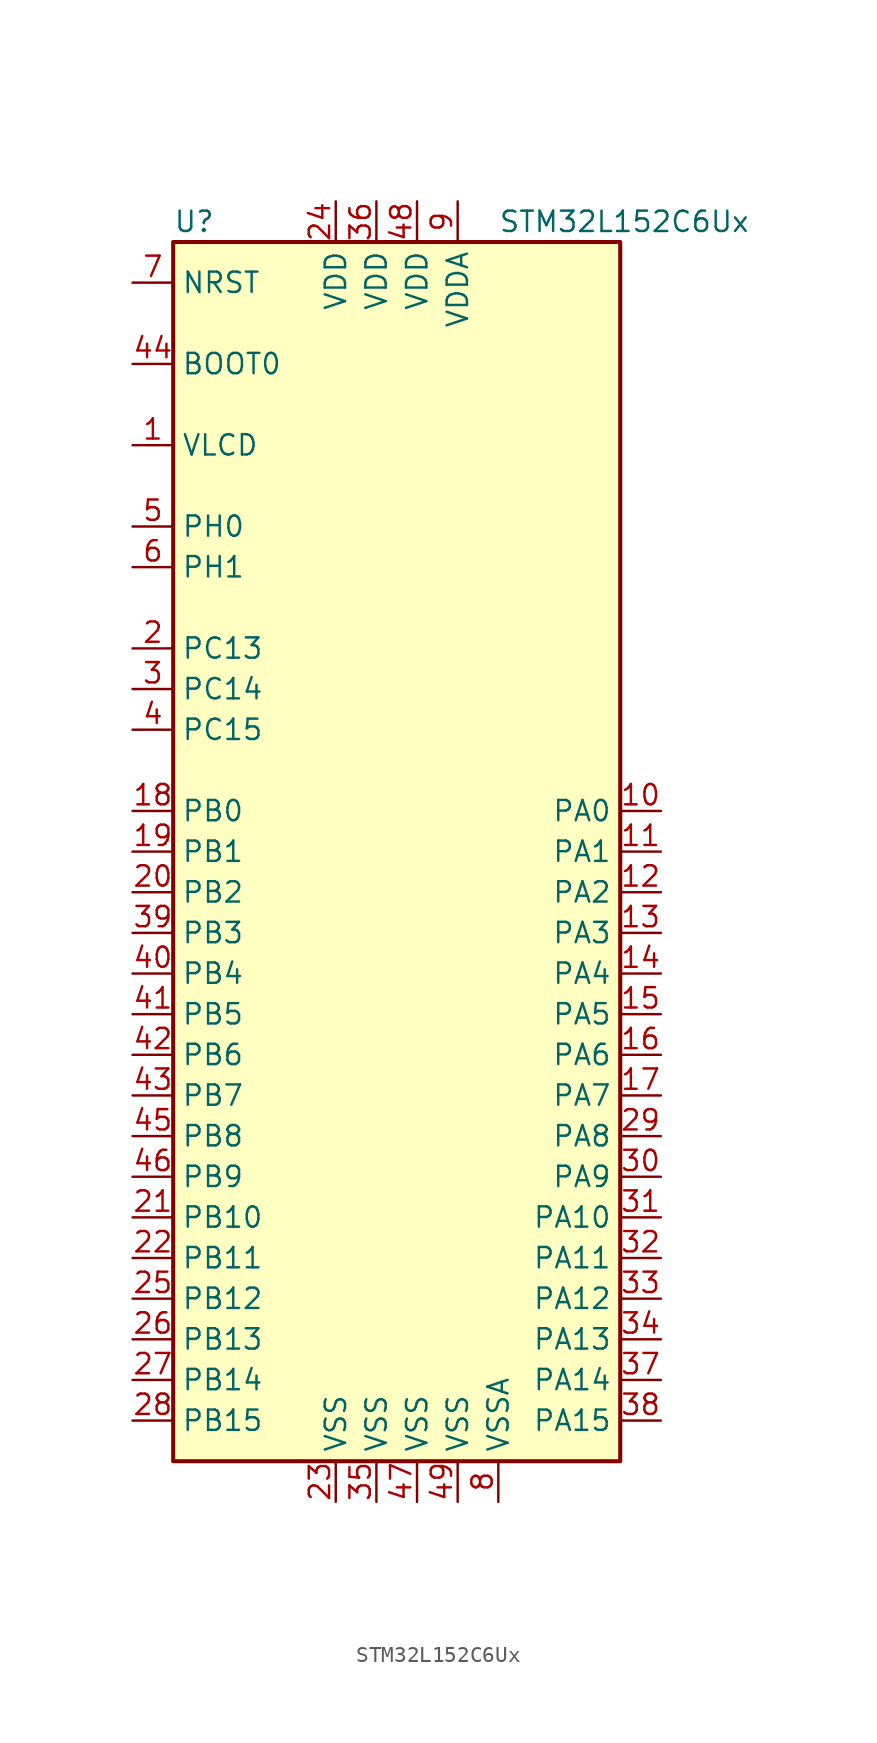
<source format=kicad_sym>
(kicad_symbol_lib
  (version 20201005)
  (generator kicad_symbol_editor)
  (symbol "STM32L152C6Ux"
    (property "Reference" "U"
      (at -15.24 39.37 0)
      (effects (font (size 1.27 1.27)) (justify left)))
    (property "Value" "STM32L152C6Ux"
      (at 5.08 39.37 0)
      (effects (font (size 1.27 1.27)) (justify left)))
    (symbol "STM32L152C6Ux_0_1"
      (rectangle (start -15.24 -38.1) (end 12.7 38.1) (stroke (width 0.254)) (fill (type background))))
    (symbol "STM32L152C6Ux_1_1"
      (pin input line (at -17.78 30.48 0) (length 2.54) (name "BOOT0" (effects (font (size 1.27 1.27)))) (number "44" (effects (font (size 1.27 1.27)))))
      (pin input line (at -17.78 35.56 0) (length 2.54) (name "NRST" (effects (font (size 1.27 1.27)))) (number "7" (effects (font (size 1.27 1.27)))))
      (pin bidirectional line (at 15.24 2.54 180) (length 2.54) (name "PA0" (effects (font (size 1.27 1.27)))) (number "10" (effects (font (size 1.27 1.27)))))
      (pin bidirectional line (at 15.24 0 180) (length 2.54) (name "PA1" (effects (font (size 1.27 1.27)))) (number "11" (effects (font (size 1.27 1.27)))))
      (pin bidirectional line (at 15.24 -22.86 180) (length 2.54) (name "PA10" (effects (font (size 1.27 1.27)))) (number "31" (effects (font (size 1.27 1.27)))))
      (pin bidirectional line (at 15.24 -25.4 180) (length 2.54) (name "PA11" (effects (font (size 1.27 1.27)))) (number "32" (effects (font (size 1.27 1.27)))))
      (pin bidirectional line (at 15.24 -27.94 180) (length 2.54) (name "PA12" (effects (font (size 1.27 1.27)))) (number "33" (effects (font (size 1.27 1.27)))))
      (pin bidirectional line (at 15.24 -30.48 180) (length 2.54) (name "PA13" (effects (font (size 1.27 1.27)))) (number "34" (effects (font (size 1.27 1.27)))))
      (pin bidirectional line (at 15.24 -33.02 180) (length 2.54) (name "PA14" (effects (font (size 1.27 1.27)))) (number "37" (effects (font (size 1.27 1.27)))))
      (pin bidirectional line (at 15.24 -35.56 180) (length 2.54) (name "PA15" (effects (font (size 1.27 1.27)))) (number "38" (effects (font (size 1.27 1.27)))))
      (pin bidirectional line (at 15.24 -2.54 180) (length 2.54) (name "PA2" (effects (font (size 1.27 1.27)))) (number "12" (effects (font (size 1.27 1.27)))))
      (pin bidirectional line (at 15.24 -5.08 180) (length 2.54) (name "PA3" (effects (font (size 1.27 1.27)))) (number "13" (effects (font (size 1.27 1.27)))))
      (pin bidirectional line (at 15.24 -7.62 180) (length 2.54) (name "PA4" (effects (font (size 1.27 1.27)))) (number "14" (effects (font (size 1.27 1.27)))))
      (pin bidirectional line (at 15.24 -10.16 180) (length 2.54) (name "PA5" (effects (font (size 1.27 1.27)))) (number "15" (effects (font (size 1.27 1.27)))))
      (pin bidirectional line (at 15.24 -12.7 180) (length 2.54) (name "PA6" (effects (font (size 1.27 1.27)))) (number "16" (effects (font (size 1.27 1.27)))))
      (pin bidirectional line (at 15.24 -15.24 180) (length 2.54) (name "PA7" (effects (font (size 1.27 1.27)))) (number "17" (effects (font (size 1.27 1.27)))))
      (pin bidirectional line (at 15.24 -17.78 180) (length 2.54) (name "PA8" (effects (font (size 1.27 1.27)))) (number "29" (effects (font (size 1.27 1.27)))))
      (pin bidirectional line (at 15.24 -20.32 180) (length 2.54) (name "PA9" (effects (font (size 1.27 1.27)))) (number "30" (effects (font (size 1.27 1.27)))))
      (pin bidirectional line (at -17.78 2.54 0) (length 2.54) (name "PB0" (effects (font (size 1.27 1.27)))) (number "18" (effects (font (size 1.27 1.27)))))
      (pin bidirectional line (at -17.78 0 0) (length 2.54) (name "PB1" (effects (font (size 1.27 1.27)))) (number "19" (effects (font (size 1.27 1.27)))))
      (pin bidirectional line (at -17.78 -22.86 0) (length 2.54) (name "PB10" (effects (font (size 1.27 1.27)))) (number "21" (effects (font (size 1.27 1.27)))))
      (pin bidirectional line (at -17.78 -25.4 0) (length 2.54) (name "PB11" (effects (font (size 1.27 1.27)))) (number "22" (effects (font (size 1.27 1.27)))))
      (pin bidirectional line (at -17.78 -27.94 0) (length 2.54) (name "PB12" (effects (font (size 1.27 1.27)))) (number "25" (effects (font (size 1.27 1.27)))))
      (pin bidirectional line (at -17.78 -30.48 0) (length 2.54) (name "PB13" (effects (font (size 1.27 1.27)))) (number "26" (effects (font (size 1.27 1.27)))))
      (pin bidirectional line (at -17.78 -33.02 0) (length 2.54) (name "PB14" (effects (font (size 1.27 1.27)))) (number "27" (effects (font (size 1.27 1.27)))))
      (pin bidirectional line (at -17.78 -35.56 0) (length 2.54) (name "PB15" (effects (font (size 1.27 1.27)))) (number "28" (effects (font (size 1.27 1.27)))))
      (pin bidirectional line (at -17.78 -2.54 0) (length 2.54) (name "PB2" (effects (font (size 1.27 1.27)))) (number "20" (effects (font (size 1.27 1.27)))))
      (pin bidirectional line (at -17.78 -5.08 0) (length 2.54) (name "PB3" (effects (font (size 1.27 1.27)))) (number "39" (effects (font (size 1.27 1.27)))))
      (pin bidirectional line (at -17.78 -7.62 0) (length 2.54) (name "PB4" (effects (font (size 1.27 1.27)))) (number "40" (effects (font (size 1.27 1.27)))))
      (pin bidirectional line (at -17.78 -10.16 0) (length 2.54) (name "PB5" (effects (font (size 1.27 1.27)))) (number "41" (effects (font (size 1.27 1.27)))))
      (pin bidirectional line (at -17.78 -12.7 0) (length 2.54) (name "PB6" (effects (font (size 1.27 1.27)))) (number "42" (effects (font (size 1.27 1.27)))))
      (pin bidirectional line (at -17.78 -15.24 0) (length 2.54) (name "PB7" (effects (font (size 1.27 1.27)))) (number "43" (effects (font (size 1.27 1.27)))))
      (pin bidirectional line (at -17.78 -17.78 0) (length 2.54) (name "PB8" (effects (font (size 1.27 1.27)))) (number "45" (effects (font (size 1.27 1.27)))))
      (pin bidirectional line (at -17.78 -20.32 0) (length 2.54) (name "PB9" (effects (font (size 1.27 1.27)))) (number "46" (effects (font (size 1.27 1.27)))))
      (pin bidirectional line (at -17.78 12.7 0) (length 2.54) (name "PC13" (effects (font (size 1.27 1.27)))) (number "2" (effects (font (size 1.27 1.27)))))
      (pin bidirectional line (at -17.78 10.16 0) (length 2.54) (name "PC14" (effects (font (size 1.27 1.27)))) (number "3" (effects (font (size 1.27 1.27)))))
      (pin bidirectional line (at -17.78 7.62 0) (length 2.54) (name "PC15" (effects (font (size 1.27 1.27)))) (number "4" (effects (font (size 1.27 1.27)))))
      (pin input line (at -17.78 20.32 0) (length 2.54) (name "PH0" (effects (font (size 1.27 1.27)))) (number "5" (effects (font (size 1.27 1.27)))))
      (pin input line (at -17.78 17.78 0) (length 2.54) (name "PH1" (effects (font (size 1.27 1.27)))) (number "6" (effects (font (size 1.27 1.27)))))
      (pin power_in line (at -5.08 40.64 270) (length 2.54) (name "VDD" (effects (font (size 1.27 1.27)))) (number "24" (effects (font (size 1.27 1.27)))))
      (pin power_in line (at -2.54 40.64 270) (length 2.54) (name "VDD" (effects (font (size 1.27 1.27)))) (number "36" (effects (font (size 1.27 1.27)))))
      (pin power_in line (at 0 40.64 270) (length 2.54) (name "VDD" (effects (font (size 1.27 1.27)))) (number "48" (effects (font (size 1.27 1.27)))))
      (pin power_in line (at 2.54 40.64 270) (length 2.54) (name "VDDA" (effects (font (size 1.27 1.27)))) (number "9" (effects (font (size 1.27 1.27)))))
      (pin power_in line (at -17.78 25.4 0) (length 2.54) (name "VLCD" (effects (font (size 1.27 1.27)))) (number "1" (effects (font (size 1.27 1.27)))))
      (pin power_in line (at -5.08 -40.64 90) (length 2.54) (name "VSS" (effects (font (size 1.27 1.27)))) (number "23" (effects (font (size 1.27 1.27)))))
      (pin power_in line (at -2.54 -40.64 90) (length 2.54) (name "VSS" (effects (font (size 1.27 1.27)))) (number "35" (effects (font (size 1.27 1.27)))))
      (pin power_in line (at 0 -40.64 90) (length 2.54) (name "VSS" (effects (font (size 1.27 1.27)))) (number "47" (effects (font (size 1.27 1.27)))))
      (pin power_in line (at 2.54 -40.64 90) (length 2.54) (name "VSS" (effects (font (size 1.27 1.27)))) (number "49" (effects (font (size 1.27 1.27)))))
      (pin power_in line (at 5.08 -40.64 90) (length 2.54) (name "VSSA" (effects (font (size 1.27 1.27)))) (number "8" (effects (font (size 1.27 1.27))))))))
</source>
